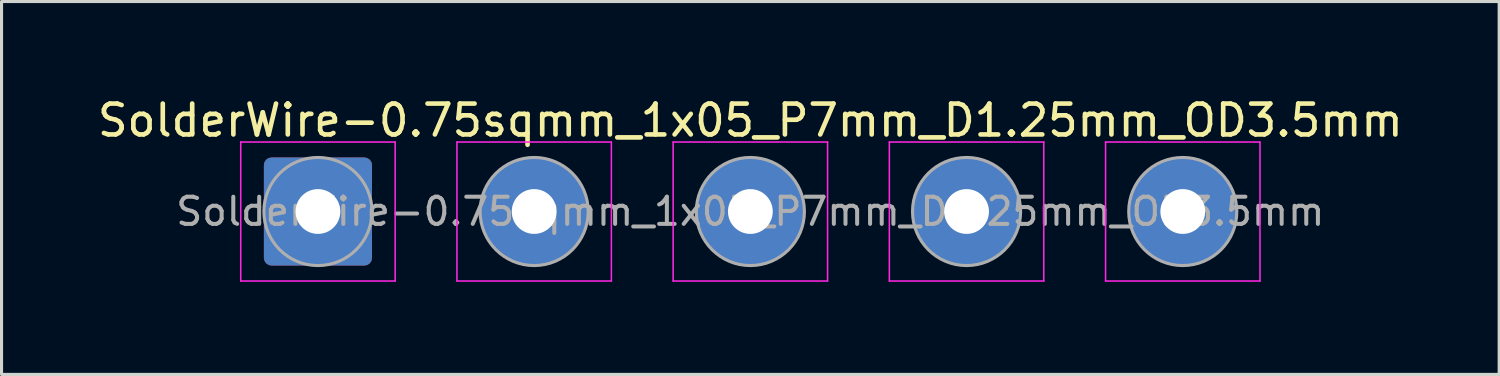
<source format=kicad_pcb>
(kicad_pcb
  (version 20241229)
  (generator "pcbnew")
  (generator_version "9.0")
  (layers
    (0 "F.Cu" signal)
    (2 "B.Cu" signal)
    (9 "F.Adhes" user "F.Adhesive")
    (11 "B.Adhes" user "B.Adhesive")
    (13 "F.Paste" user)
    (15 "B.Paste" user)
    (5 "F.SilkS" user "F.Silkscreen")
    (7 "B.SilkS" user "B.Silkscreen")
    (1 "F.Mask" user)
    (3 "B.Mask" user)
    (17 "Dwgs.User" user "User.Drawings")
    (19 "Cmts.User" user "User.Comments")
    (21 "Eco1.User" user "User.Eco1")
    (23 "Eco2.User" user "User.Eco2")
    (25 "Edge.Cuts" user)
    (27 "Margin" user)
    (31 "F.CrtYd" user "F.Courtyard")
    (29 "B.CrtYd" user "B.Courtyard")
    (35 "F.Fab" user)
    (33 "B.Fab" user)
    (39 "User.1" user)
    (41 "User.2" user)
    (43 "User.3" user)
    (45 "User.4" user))
  (footprint "SolderWire-0.75sqmm_1x05_P7mm_D1.25mm_OD3.5mm"
    (layer "F.Cu")
    (at 7.244 3.798)
    (property "Reference" "SolderWire-0.75sqmm_1x05_P7mm_D1.25mm_OD3.5mm" (at 14 -2.95 0) (layer "F.SilkS") (effects (font (size 1 1) (thickness 0.15))))
    (attr exclude_from_pos_files exclude_from_bom)
    (fp_line (start -2.5 -2.25) (end -2.5 2.25) (stroke (width 0.05) (type solid)) (layer "F.CrtYd"))
    (fp_line (start -2.5 2.25) (end 2.5 2.25) (stroke (width 0.05) (type solid)) (layer "F.CrtYd"))
    (fp_line (start 2.5 -2.25) (end -2.5 -2.25) (stroke (width 0.05) (type solid)) (layer "F.CrtYd"))
    (fp_line (start 2.5 2.25) (end 2.5 -2.25) (stroke (width 0.05) (type solid)) (layer "F.CrtYd"))
    (fp_line (start 4.5 -2.25) (end 4.5 2.25) (stroke (width 0.05) (type solid)) (layer "F.CrtYd"))
    (fp_line (start 4.5 2.25) (end 9.5 2.25) (stroke (width 0.05) (type solid)) (layer "F.CrtYd"))
    (fp_line (start 9.5 -2.25) (end 4.5 -2.25) (stroke (width 0.05) (type solid)) (layer "F.CrtYd"))
    (fp_line (start 9.5 2.25) (end 9.5 -2.25) (stroke (width 0.05) (type solid)) (layer "F.CrtYd"))
    (fp_line (start 11.5 -2.25) (end 11.5 2.25) (stroke (width 0.05) (type solid)) (layer "F.CrtYd"))
    (fp_line (start 11.5 2.25) (end 16.5 2.25) (stroke (width 0.05) (type solid)) (layer "F.CrtYd"))
    (fp_line (start 16.5 -2.25) (end 11.5 -2.25) (stroke (width 0.05) (type solid)) (layer "F.CrtYd"))
    (fp_line (start 16.5 2.25) (end 16.5 -2.25) (stroke (width 0.05) (type solid)) (layer "F.CrtYd"))
    (fp_line (start 18.5 -2.25) (end 18.5 2.25) (stroke (width 0.05) (type solid)) (layer "F.CrtYd"))
    (fp_line (start 18.5 2.25) (end 23.5 2.25) (stroke (width 0.05) (type solid)) (layer "F.CrtYd"))
    (fp_line (start 23.5 -2.25) (end 18.5 -2.25) (stroke (width 0.05) (type solid)) (layer "F.CrtYd"))
    (fp_line (start 23.5 2.25) (end 23.5 -2.25) (stroke (width 0.05) (type solid)) (layer "F.CrtYd"))
    (fp_line (start 25.5 -2.25) (end 25.5 2.25) (stroke (width 0.05) (type solid)) (layer "F.CrtYd"))
    (fp_line (start 25.5 2.25) (end 30.5 2.25) (stroke (width 0.05) (type solid)) (layer "F.CrtYd"))
    (fp_line (start 30.5 -2.25) (end 25.5 -2.25) (stroke (width 0.05) (type solid)) (layer "F.CrtYd"))
    (fp_line (start 30.5 2.25) (end 30.5 -2.25) (stroke (width 0.05) (type solid)) (layer "F.CrtYd"))
    (fp_circle (center 0 0) (end 1.75 0) (stroke (width 0.1) (type solid)) (fill no) (layer "F.Fab"))
    (fp_circle (center 7 0) (end 8.75 0) (stroke (width 0.1) (type solid)) (fill no) (layer "F.Fab"))
    (fp_circle (center 14 0) (end 15.75 0) (stroke (width 0.1) (type solid)) (fill no) (layer "F.Fab"))
    (fp_circle (center 21 0) (end 22.75 0) (stroke (width 0.1) (type solid)) (fill no) (layer "F.Fab"))
    (fp_circle (center 28 0) (end 29.75 0) (stroke (width 0.1) (type solid)) (fill no) (layer "F.Fab"))
    (fp_text user "${REFERENCE}" (at 14 0 0) (layer "F.Fab") (effects (font (size 0.88 0.88) (thickness 0.13))))
    (pad "1" thru_hole roundrect (at 0 0) (size 3.5 3.5) (drill 1.45) (layers "*.Cu" "*.Mask") (roundrect_rratio 0.071))
    (pad "2" thru_hole circle (at 7 0) (size 3.5 3.5) (drill 1.45) (layers "*.Cu" "*.Mask"))
    (pad "3" thru_hole circle (at 14 0) (size 3.5 3.5) (drill 1.45) (layers "*.Cu" "*.Mask"))
    (pad "4" thru_hole circle (at 21 0) (size 3.5 3.5) (drill 1.45) (layers "*.Cu" "*.Mask"))
    (pad "5" thru_hole circle (at 28 0) (size 3.5 3.5) (drill 1.45) (layers "*.Cu" "*.Mask")))
  (gr_rect
    (start -3 -3)
    (end 45.488 9.073)
    (stroke (width 0.1) (type default))
    (fill no)
    (layer "Edge.Cuts")))
</source>
